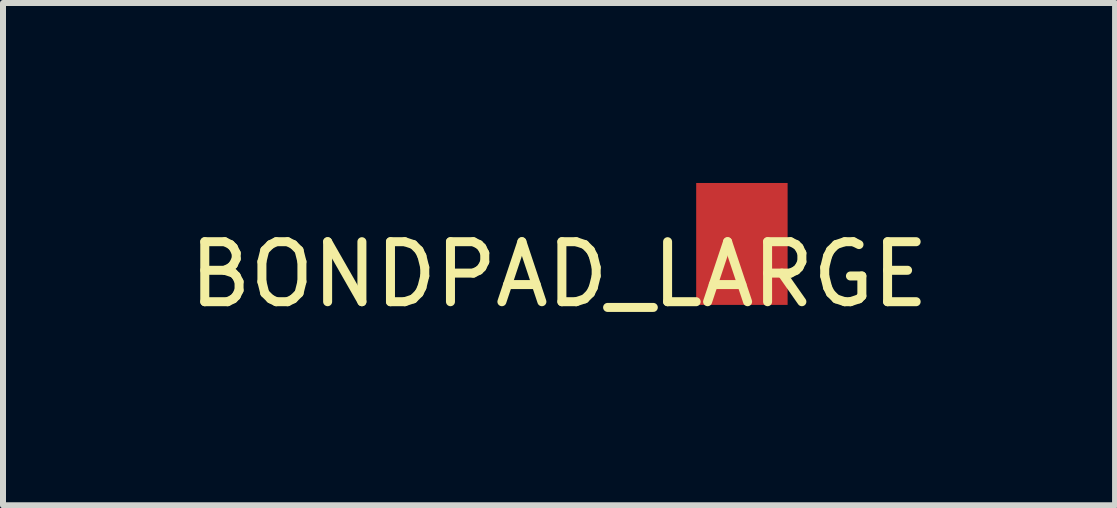
<source format=kicad_pcb>
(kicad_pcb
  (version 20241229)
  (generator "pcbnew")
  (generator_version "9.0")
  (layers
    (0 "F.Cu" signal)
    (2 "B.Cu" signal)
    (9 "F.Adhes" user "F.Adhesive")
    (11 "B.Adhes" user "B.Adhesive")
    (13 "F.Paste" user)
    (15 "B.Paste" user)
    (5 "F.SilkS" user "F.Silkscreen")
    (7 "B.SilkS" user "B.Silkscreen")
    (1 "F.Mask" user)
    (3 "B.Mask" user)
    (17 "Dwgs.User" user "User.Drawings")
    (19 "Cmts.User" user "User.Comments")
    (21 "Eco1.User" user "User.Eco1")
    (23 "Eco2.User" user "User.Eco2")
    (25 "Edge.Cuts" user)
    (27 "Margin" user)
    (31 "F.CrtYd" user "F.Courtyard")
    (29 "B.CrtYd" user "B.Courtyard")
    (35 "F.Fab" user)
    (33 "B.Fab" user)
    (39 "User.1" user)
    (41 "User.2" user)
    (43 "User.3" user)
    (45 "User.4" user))
  (footprint "BONDPAD_LARGE"
    (layer "F.Cu")
    (at 9.316 1.016)
    (property "Reference" "BONDPAD_LARGE" (at -3.048 0.508 0) (layer "F.SilkS") (effects (font (size 1 1) (thickness 0.15))))
    (attr through_hole)
    (pad "1" smd rect (at 0 0) (size 1.524 2.032) (layers "F.Cu" "F.Mask" "F.Paste")))
  (gr_rect
    (start -3 -3)
    (end 15.536 5.372)
    (stroke (width 0.1) (type default))
    (fill no)
    (layer "Edge.Cuts")))
</source>
